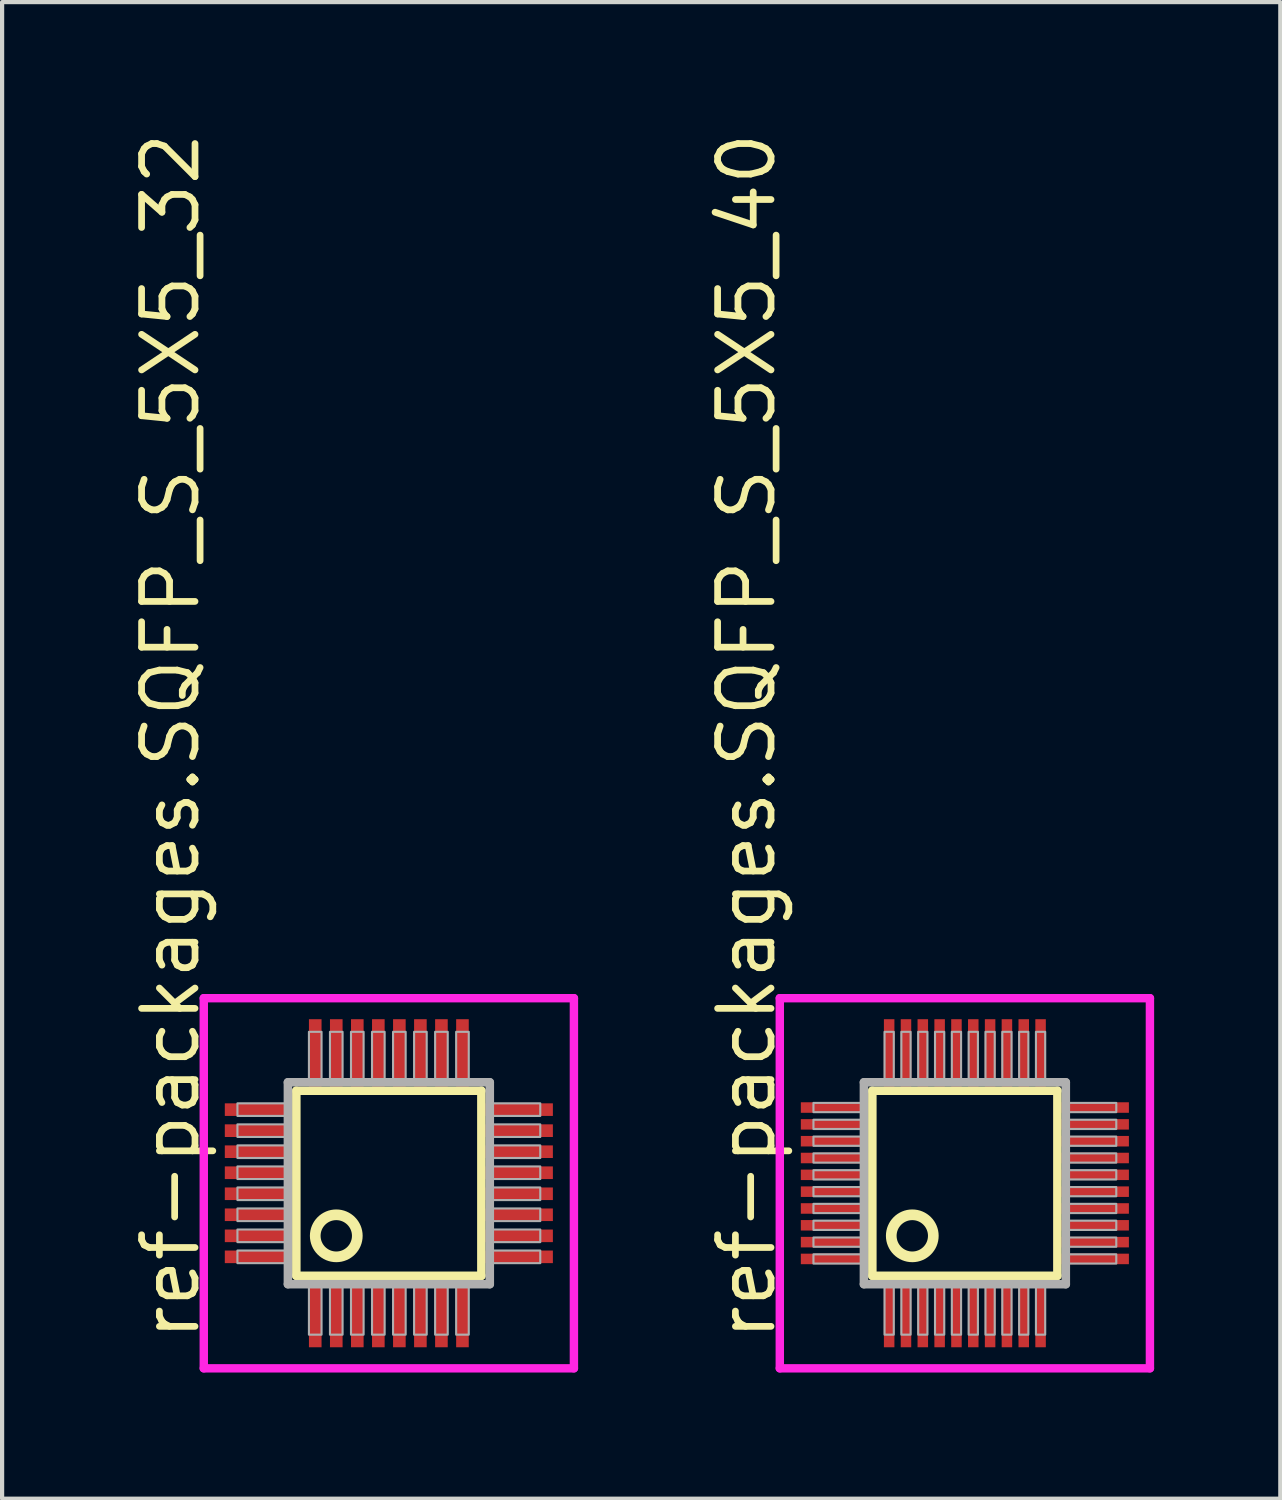
<source format=kicad_pcb>
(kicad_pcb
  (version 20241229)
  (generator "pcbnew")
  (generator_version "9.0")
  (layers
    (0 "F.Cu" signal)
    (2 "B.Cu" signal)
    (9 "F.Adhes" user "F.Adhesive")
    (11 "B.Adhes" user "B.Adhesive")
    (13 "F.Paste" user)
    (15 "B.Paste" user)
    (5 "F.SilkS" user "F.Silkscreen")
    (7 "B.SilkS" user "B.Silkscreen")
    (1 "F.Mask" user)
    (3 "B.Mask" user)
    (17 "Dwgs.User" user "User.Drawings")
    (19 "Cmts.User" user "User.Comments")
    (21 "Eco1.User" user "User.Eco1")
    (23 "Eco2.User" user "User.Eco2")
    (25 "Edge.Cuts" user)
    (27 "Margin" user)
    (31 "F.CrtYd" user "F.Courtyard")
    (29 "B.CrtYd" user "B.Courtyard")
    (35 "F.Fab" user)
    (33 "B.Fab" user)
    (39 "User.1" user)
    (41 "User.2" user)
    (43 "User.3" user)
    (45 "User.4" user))
  (footprint "ref-packages.SQFP_S_5X5_32"
    (layer "F.Cu")
    (at 6.195 25.082)
    (property "Reference" "ref-packages.SQFP_S_5X5_32" (at -4.445 3.81 90) (layer "F.SilkS") (effects (font (size 1.27 1.27) (thickness 0.16)) (justify left bottom)))
    (attr smd)
    (fp_line (start -2.2 -2.2) (end 2.2 -2.2) (stroke (width 0.203) (type default)) (layer "F.SilkS"))
    (fp_line (start -2.2 2.2) (end -2.2 -2.2) (stroke (width 0.203) (type default)) (layer "F.SilkS"))
    (fp_line (start 2.2 -2.2) (end 2.2 2.2) (stroke (width 0.203) (type default)) (layer "F.SilkS"))
    (fp_line (start 2.2 2.2) (end -2.2 2.2) (stroke (width 0.203) (type default)) (layer "F.SilkS"))
    (fp_circle (center -1.25 1.25) (end -0.75 1.25) (stroke (width 0.254) (type default)) (fill no) (layer "F.SilkS"))
    (fp_line (start -4.4 -4.4) (end 4.4 -4.4) (stroke (width 0.2) (type default)) (layer "F.CrtYd"))
    (fp_line (start -4.4 4.4) (end -4.4 -4.4) (stroke (width 0.2) (type default)) (layer "F.CrtYd"))
    (fp_line (start 4.4 -4.4) (end 4.4 4.4) (stroke (width 0.2) (type default)) (layer "F.CrtYd"))
    (fp_line (start 4.4 4.4) (end -4.4 4.4) (stroke (width 0.2) (type default)) (layer "F.CrtYd"))
    (fp_line (start -2.4 -2.4) (end -2.4 2.4) (stroke (width 0.203) (type default)) (layer "F.Fab"))
    (fp_line (start -2.4 2.4) (end 2.4 2.4) (stroke (width 0.203) (type default)) (layer "F.Fab"))
    (fp_line (start 2.4 -2.4) (end -2.4 -2.4) (stroke (width 0.203) (type default)) (layer "F.Fab"))
    (fp_line (start 2.4 2.4) (end 2.4 -2.4) (stroke (width 0.203) (type default)) (layer "F.Fab"))
    (fp_rect (start -3.6 -1.6) (end -2.45 -1.9) (stroke (width 0.05) (type default)) (fill no) (layer "F.Fab"))
    (fp_rect (start -3.6 -1.1) (end -2.45 -1.4) (stroke (width 0.05) (type default)) (fill no) (layer "F.Fab"))
    (fp_rect (start -3.6 -0.6) (end -2.45 -0.9) (stroke (width 0.05) (type default)) (fill no) (layer "F.Fab"))
    (fp_rect (start -3.6 -0.1) (end -2.45 -0.4) (stroke (width 0.05) (type default)) (fill no) (layer "F.Fab"))
    (fp_rect (start -3.6 0.4) (end -2.45 0.1) (stroke (width 0.05) (type default)) (fill no) (layer "F.Fab"))
    (fp_rect (start -3.6 0.9) (end -2.45 0.6) (stroke (width 0.05) (type default)) (fill no) (layer "F.Fab"))
    (fp_rect (start -3.6 1.4) (end -2.45 1.1) (stroke (width 0.05) (type default)) (fill no) (layer "F.Fab"))
    (fp_rect (start -3.6 1.9) (end -2.45 1.6) (stroke (width 0.05) (type default)) (fill no) (layer "F.Fab"))
    (fp_rect (start -1.9 -2.45) (end -1.6 -3.6) (stroke (width 0.05) (type default)) (fill no) (layer "F.Fab"))
    (fp_rect (start -1.9 3.6) (end -1.6 2.45) (stroke (width 0.05) (type default)) (fill no) (layer "F.Fab"))
    (fp_rect (start -1.4 -2.45) (end -1.1 -3.6) (stroke (width 0.05) (type default)) (fill no) (layer "F.Fab"))
    (fp_rect (start -1.4 3.6) (end -1.1 2.45) (stroke (width 0.05) (type default)) (fill no) (layer "F.Fab"))
    (fp_rect (start -0.9 -2.45) (end -0.6 -3.6) (stroke (width 0.05) (type default)) (fill no) (layer "F.Fab"))
    (fp_rect (start -0.9 3.6) (end -0.6 2.45) (stroke (width 0.05) (type default)) (fill no) (layer "F.Fab"))
    (fp_rect (start -0.4 -2.45) (end -0.1 -3.6) (stroke (width 0.05) (type default)) (fill no) (layer "F.Fab"))
    (fp_rect (start -0.4 3.6) (end -0.1 2.45) (stroke (width 0.05) (type default)) (fill no) (layer "F.Fab"))
    (fp_rect (start 0.1 -2.45) (end 0.4 -3.6) (stroke (width 0.05) (type default)) (fill no) (layer "F.Fab"))
    (fp_rect (start 0.1 3.6) (end 0.4 2.45) (stroke (width 0.05) (type default)) (fill no) (layer "F.Fab"))
    (fp_rect (start 0.6 -2.45) (end 0.9 -3.6) (stroke (width 0.05) (type default)) (fill no) (layer "F.Fab"))
    (fp_rect (start 0.6 3.6) (end 0.9 2.45) (stroke (width 0.05) (type default)) (fill no) (layer "F.Fab"))
    (fp_rect (start 1.1 -2.45) (end 1.4 -3.6) (stroke (width 0.05) (type default)) (fill no) (layer "F.Fab"))
    (fp_rect (start 1.1 3.6) (end 1.4 2.45) (stroke (width 0.05) (type default)) (fill no) (layer "F.Fab"))
    (fp_rect (start 1.6 -2.45) (end 1.9 -3.6) (stroke (width 0.05) (type default)) (fill no) (layer "F.Fab"))
    (fp_rect (start 1.6 3.6) (end 1.9 2.45) (stroke (width 0.05) (type default)) (fill no) (layer "F.Fab"))
    (fp_rect (start 2.45 -1.6) (end 3.6 -1.9) (stroke (width 0.05) (type default)) (fill no) (layer "F.Fab"))
    (fp_rect (start 2.45 -1.1) (end 3.6 -1.4) (stroke (width 0.05) (type default)) (fill no) (layer "F.Fab"))
    (fp_rect (start 2.45 -0.6) (end 3.6 -0.9) (stroke (width 0.05) (type default)) (fill no) (layer "F.Fab"))
    (fp_rect (start 2.45 -0.1) (end 3.6 -0.4) (stroke (width 0.05) (type default)) (fill no) (layer "F.Fab"))
    (fp_rect (start 2.45 0.4) (end 3.6 0.1) (stroke (width 0.05) (type default)) (fill no) (layer "F.Fab"))
    (fp_rect (start 2.45 0.9) (end 3.6 0.6) (stroke (width 0.05) (type default)) (fill no) (layer "F.Fab"))
    (fp_rect (start 2.45 1.4) (end 3.6 1.1) (stroke (width 0.05) (type default)) (fill no) (layer "F.Fab"))
    (fp_rect (start 2.45 1.9) (end 3.6 1.6) (stroke (width 0.05) (type default)) (fill no) (layer "F.Fab"))
    (pad "1" smd roundrect (at -1.75 3.1) (size 0.3 1.6) (layers "F.Cu" "F.Mask" "F.Paste") (roundrect_rratio 0.01))
    (pad "2" smd roundrect (at -1.25 3.1) (size 0.3 1.6) (layers "F.Cu" "F.Mask" "F.Paste") (roundrect_rratio 0.01))
    (pad "3" smd roundrect (at -0.75 3.1) (size 0.3 1.6) (layers "F.Cu" "F.Mask" "F.Paste") (roundrect_rratio 0.01))
    (pad "4" smd roundrect (at -0.25 3.1) (size 0.3 1.6) (layers "F.Cu" "F.Mask" "F.Paste") (roundrect_rratio 0.01))
    (pad "5" smd roundrect (at 0.25 3.1) (size 0.3 1.6) (layers "F.Cu" "F.Mask" "F.Paste") (roundrect_rratio 0.01))
    (pad "6" smd roundrect (at 0.75 3.1) (size 0.3 1.6) (layers "F.Cu" "F.Mask" "F.Paste") (roundrect_rratio 0.01))
    (pad "7" smd roundrect (at 1.25 3.1) (size 0.3 1.6) (layers "F.Cu" "F.Mask" "F.Paste") (roundrect_rratio 0.01))
    (pad "8" smd roundrect (at 1.75 3.1) (size 0.3 1.6) (layers "F.Cu" "F.Mask" "F.Paste") (roundrect_rratio 0.01))
    (pad "9" smd roundrect (at 3.1 1.75) (size 1.6 0.3) (layers "F.Cu" "F.Mask" "F.Paste") (roundrect_rratio 0.01))
    (pad "10" smd roundrect (at 3.1 1.25) (size 1.6 0.3) (layers "F.Cu" "F.Mask" "F.Paste") (roundrect_rratio 0.01))
    (pad "11" smd roundrect (at 3.1 0.75) (size 1.6 0.3) (layers "F.Cu" "F.Mask" "F.Paste") (roundrect_rratio 0.01))
    (pad "12" smd roundrect (at 3.1 0.25) (size 1.6 0.3) (layers "F.Cu" "F.Mask" "F.Paste") (roundrect_rratio 0.01))
    (pad "13" smd roundrect (at 3.1 -0.25) (size 1.6 0.3) (layers "F.Cu" "F.Mask" "F.Paste") (roundrect_rratio 0.01))
    (pad "14" smd roundrect (at 3.1 -0.75) (size 1.6 0.3) (layers "F.Cu" "F.Mask" "F.Paste") (roundrect_rratio 0.01))
    (pad "15" smd roundrect (at 3.1 -1.25) (size 1.6 0.3) (layers "F.Cu" "F.Mask" "F.Paste") (roundrect_rratio 0.01))
    (pad "16" smd roundrect (at 3.1 -1.75) (size 1.6 0.3) (layers "F.Cu" "F.Mask" "F.Paste") (roundrect_rratio 0.01))
    (pad "17" smd roundrect (at 1.75 -3.1) (size 0.3 1.6) (layers "F.Cu" "F.Mask" "F.Paste") (roundrect_rratio 0.01))
    (pad "18" smd roundrect (at 1.25 -3.1) (size 0.3 1.6) (layers "F.Cu" "F.Mask" "F.Paste") (roundrect_rratio 0.01))
    (pad "19" smd roundrect (at 0.75 -3.1) (size 0.3 1.6) (layers "F.Cu" "F.Mask" "F.Paste") (roundrect_rratio 0.01))
    (pad "20" smd roundrect (at 0.25 -3.1) (size 0.3 1.6) (layers "F.Cu" "F.Mask" "F.Paste") (roundrect_rratio 0.01))
    (pad "21" smd roundrect (at -0.25 -3.1) (size 0.3 1.6) (layers "F.Cu" "F.Mask" "F.Paste") (roundrect_rratio 0.01))
    (pad "22" smd roundrect (at -0.75 -3.1) (size 0.3 1.6) (layers "F.Cu" "F.Mask" "F.Paste") (roundrect_rratio 0.01))
    (pad "23" smd roundrect (at -1.25 -3.1) (size 0.3 1.6) (layers "F.Cu" "F.Mask" "F.Paste") (roundrect_rratio 0.01))
    (pad "24" smd roundrect (at -1.75 -3.1) (size 0.3 1.6) (layers "F.Cu" "F.Mask" "F.Paste") (roundrect_rratio 0.01))
    (pad "25" smd roundrect (at -3.1 -1.75) (size 1.6 0.3) (layers "F.Cu" "F.Mask" "F.Paste") (roundrect_rratio 0.01))
    (pad "26" smd roundrect (at -3.1 -1.25) (size 1.6 0.3) (layers "F.Cu" "F.Mask" "F.Paste") (roundrect_rratio 0.01))
    (pad "27" smd roundrect (at -3.1 -0.75) (size 1.6 0.3) (layers "F.Cu" "F.Mask" "F.Paste") (roundrect_rratio 0.01))
    (pad "28" smd roundrect (at -3.1 -0.25) (size 1.6 0.3) (layers "F.Cu" "F.Mask" "F.Paste") (roundrect_rratio 0.01))
    (pad "29" smd roundrect (at -3.1 0.25) (size 1.6 0.3) (layers "F.Cu" "F.Mask" "F.Paste") (roundrect_rratio 0.01))
    (pad "30" smd roundrect (at -3.1 0.75) (size 1.6 0.3) (layers "F.Cu" "F.Mask" "F.Paste") (roundrect_rratio 0.01))
    (pad "31" smd roundrect (at -3.1 1.25) (size 1.6 0.3) (layers "F.Cu" "F.Mask" "F.Paste") (roundrect_rratio 0.01))
    (pad "32" smd roundrect (at -3.1 1.75) (size 1.6 0.3) (layers "F.Cu" "F.Mask" "F.Paste") (roundrect_rratio 0.01)))
  (footprint "ref-packages.SQFP_S_5X5_40"
    (layer "F.Cu")
    (at 19.89 25.082)
    (property "Reference" "ref-packages.SQFP_S_5X5_40" (at -4.445 3.81 90) (layer "F.SilkS") (effects (font (size 1.27 1.27) (thickness 0.16)) (justify left bottom)))
    (attr smd)
    (fp_line (start -2.2 -2.2) (end 2.2 -2.2) (stroke (width 0.203) (type default)) (layer "F.SilkS"))
    (fp_line (start -2.2 2.2) (end -2.2 -2.2) (stroke (width 0.203) (type default)) (layer "F.SilkS"))
    (fp_line (start 2.2 -2.2) (end 2.2 2.2) (stroke (width 0.203) (type default)) (layer "F.SilkS"))
    (fp_line (start 2.2 2.2) (end -2.2 2.2) (stroke (width 0.203) (type default)) (layer "F.SilkS"))
    (fp_circle (center -1.25 1.25) (end -0.75 1.25) (stroke (width 0.254) (type default)) (fill no) (layer "F.SilkS"))
    (fp_line (start -4.4 -4.4) (end 4.4 -4.4) (stroke (width 0.2) (type default)) (layer "F.CrtYd"))
    (fp_line (start -4.4 4.4) (end -4.4 -4.4) (stroke (width 0.2) (type default)) (layer "F.CrtYd"))
    (fp_line (start 4.4 -4.4) (end 4.4 4.4) (stroke (width 0.2) (type default)) (layer "F.CrtYd"))
    (fp_line (start 4.4 4.4) (end -4.4 4.4) (stroke (width 0.2) (type default)) (layer "F.CrtYd"))
    (fp_line (start -2.4 -2.4) (end -2.4 2.4) (stroke (width 0.203) (type default)) (layer "F.Fab"))
    (fp_line (start -2.4 2.4) (end 2.4 2.4) (stroke (width 0.203) (type default)) (layer "F.Fab"))
    (fp_line (start 2.4 -2.4) (end -2.4 -2.4) (stroke (width 0.203) (type default)) (layer "F.Fab"))
    (fp_line (start 2.4 2.4) (end 2.4 -2.4) (stroke (width 0.203) (type default)) (layer "F.Fab"))
    (fp_rect (start -3.6 -1.69) (end -2.45 -1.91) (stroke (width 0.05) (type default)) (fill no) (layer "F.Fab"))
    (fp_rect (start -3.6 -1.29) (end -2.45 -1.51) (stroke (width 0.05) (type default)) (fill no) (layer "F.Fab"))
    (fp_rect (start -3.6 -0.89) (end -2.45 -1.11) (stroke (width 0.05) (type default)) (fill no) (layer "F.Fab"))
    (fp_rect (start -3.6 -0.49) (end -2.45 -0.71) (stroke (width 0.05) (type default)) (fill no) (layer "F.Fab"))
    (fp_rect (start -3.6 -0.09) (end -2.45 -0.31) (stroke (width 0.05) (type default)) (fill no) (layer "F.Fab"))
    (fp_rect (start -3.6 0.31) (end -2.45 0.09) (stroke (width 0.05) (type default)) (fill no) (layer "F.Fab"))
    (fp_rect (start -3.6 0.71) (end -2.45 0.49) (stroke (width 0.05) (type default)) (fill no) (layer "F.Fab"))
    (fp_rect (start -3.6 1.11) (end -2.45 0.89) (stroke (width 0.05) (type default)) (fill no) (layer "F.Fab"))
    (fp_rect (start -3.6 1.51) (end -2.45 1.29) (stroke (width 0.05) (type default)) (fill no) (layer "F.Fab"))
    (fp_rect (start -3.6 1.91) (end -2.45 1.69) (stroke (width 0.05) (type default)) (fill no) (layer "F.Fab"))
    (fp_rect (start -1.91 -2.45) (end -1.69 -3.6) (stroke (width 0.05) (type default)) (fill no) (layer "F.Fab"))
    (fp_rect (start -1.91 3.6) (end -1.69 2.45) (stroke (width 0.05) (type default)) (fill no) (layer "F.Fab"))
    (fp_rect (start -1.51 -2.45) (end -1.29 -3.6) (stroke (width 0.05) (type default)) (fill no) (layer "F.Fab"))
    (fp_rect (start -1.51 3.6) (end -1.29 2.45) (stroke (width 0.05) (type default)) (fill no) (layer "F.Fab"))
    (fp_rect (start -1.11 -2.45) (end -0.89 -3.6) (stroke (width 0.05) (type default)) (fill no) (layer "F.Fab"))
    (fp_rect (start -1.11 3.6) (end -0.89 2.45) (stroke (width 0.05) (type default)) (fill no) (layer "F.Fab"))
    (fp_rect (start -0.71 -2.45) (end -0.49 -3.6) (stroke (width 0.05) (type default)) (fill no) (layer "F.Fab"))
    (fp_rect (start -0.71 3.6) (end -0.49 2.45) (stroke (width 0.05) (type default)) (fill no) (layer "F.Fab"))
    (fp_rect (start -0.31 -2.45) (end -0.09 -3.6) (stroke (width 0.05) (type default)) (fill no) (layer "F.Fab"))
    (fp_rect (start -0.31 3.6) (end -0.09 2.45) (stroke (width 0.05) (type default)) (fill no) (layer "F.Fab"))
    (fp_rect (start 0.09 -2.45) (end 0.31 -3.6) (stroke (width 0.05) (type default)) (fill no) (layer "F.Fab"))
    (fp_rect (start 0.09 3.6) (end 0.31 2.45) (stroke (width 0.05) (type default)) (fill no) (layer "F.Fab"))
    (fp_rect (start 0.49 -2.45) (end 0.71 -3.6) (stroke (width 0.05) (type default)) (fill no) (layer "F.Fab"))
    (fp_rect (start 0.49 3.6) (end 0.71 2.45) (stroke (width 0.05) (type default)) (fill no) (layer "F.Fab"))
    (fp_rect (start 0.89 -2.45) (end 1.11 -3.6) (stroke (width 0.05) (type default)) (fill no) (layer "F.Fab"))
    (fp_rect (start 0.89 3.6) (end 1.11 2.45) (stroke (width 0.05) (type default)) (fill no) (layer "F.Fab"))
    (fp_rect (start 1.29 -2.45) (end 1.51 -3.6) (stroke (width 0.05) (type default)) (fill no) (layer "F.Fab"))
    (fp_rect (start 1.29 3.6) (end 1.51 2.45) (stroke (width 0.05) (type default)) (fill no) (layer "F.Fab"))
    (fp_rect (start 1.69 -2.45) (end 1.91 -3.6) (stroke (width 0.05) (type default)) (fill no) (layer "F.Fab"))
    (fp_rect (start 1.69 3.6) (end 1.91 2.45) (stroke (width 0.05) (type default)) (fill no) (layer "F.Fab"))
    (fp_rect (start 2.45 -1.69) (end 3.6 -1.91) (stroke (width 0.05) (type default)) (fill no) (layer "F.Fab"))
    (fp_rect (start 2.45 -1.29) (end 3.6 -1.51) (stroke (width 0.05) (type default)) (fill no) (layer "F.Fab"))
    (fp_rect (start 2.45 -0.89) (end 3.6 -1.11) (stroke (width 0.05) (type default)) (fill no) (layer "F.Fab"))
    (fp_rect (start 2.45 -0.49) (end 3.6 -0.71) (stroke (width 0.05) (type default)) (fill no) (layer "F.Fab"))
    (fp_rect (start 2.45 -0.09) (end 3.6 -0.31) (stroke (width 0.05) (type default)) (fill no) (layer "F.Fab"))
    (fp_rect (start 2.45 0.31) (end 3.6 0.09) (stroke (width 0.05) (type default)) (fill no) (layer "F.Fab"))
    (fp_rect (start 2.45 0.71) (end 3.6 0.49) (stroke (width 0.05) (type default)) (fill no) (layer "F.Fab"))
    (fp_rect (start 2.45 1.11) (end 3.6 0.89) (stroke (width 0.05) (type default)) (fill no) (layer "F.Fab"))
    (fp_rect (start 2.45 1.51) (end 3.6 1.29) (stroke (width 0.05) (type default)) (fill no) (layer "F.Fab"))
    (fp_rect (start 2.45 1.91) (end 3.6 1.69) (stroke (width 0.05) (type default)) (fill no) (layer "F.Fab"))
    (pad "1" smd roundrect (at -1.8 3.1) (size 0.25 1.6) (layers "F.Cu" "F.Mask" "F.Paste") (roundrect_rratio 0.01))
    (pad "2" smd roundrect (at -1.4 3.1) (size 0.25 1.6) (layers "F.Cu" "F.Mask" "F.Paste") (roundrect_rratio 0.01))
    (pad "3" smd roundrect (at -1 3.1) (size 0.25 1.6) (layers "F.Cu" "F.Mask" "F.Paste") (roundrect_rratio 0.01))
    (pad "4" smd roundrect (at -0.6 3.1) (size 0.25 1.6) (layers "F.Cu" "F.Mask" "F.Paste") (roundrect_rratio 0.01))
    (pad "5" smd roundrect (at -0.2 3.1) (size 0.25 1.6) (layers "F.Cu" "F.Mask" "F.Paste") (roundrect_rratio 0.01))
    (pad "6" smd roundrect (at 0.2 3.1) (size 0.25 1.6) (layers "F.Cu" "F.Mask" "F.Paste") (roundrect_rratio 0.01))
    (pad "7" smd roundrect (at 0.6 3.1) (size 0.25 1.6) (layers "F.Cu" "F.Mask" "F.Paste") (roundrect_rratio 0.01))
    (pad "8" smd roundrect (at 1 3.1) (size 0.25 1.6) (layers "F.Cu" "F.Mask" "F.Paste") (roundrect_rratio 0.01))
    (pad "9" smd roundrect (at 1.4 3.1) (size 0.25 1.6) (layers "F.Cu" "F.Mask" "F.Paste") (roundrect_rratio 0.01))
    (pad "10" smd roundrect (at 1.8 3.1) (size 0.25 1.6) (layers "F.Cu" "F.Mask" "F.Paste") (roundrect_rratio 0.01))
    (pad "11" smd roundrect (at 3.1 1.8) (size 1.6 0.25) (layers "F.Cu" "F.Mask" "F.Paste") (roundrect_rratio 0.01))
    (pad "12" smd roundrect (at 3.1 1.4) (size 1.6 0.25) (layers "F.Cu" "F.Mask" "F.Paste") (roundrect_rratio 0.01))
    (pad "13" smd roundrect (at 3.1 1) (size 1.6 0.25) (layers "F.Cu" "F.Mask" "F.Paste") (roundrect_rratio 0.01))
    (pad "14" smd roundrect (at 3.1 0.6) (size 1.6 0.25) (layers "F.Cu" "F.Mask" "F.Paste") (roundrect_rratio 0.01))
    (pad "15" smd roundrect (at 3.1 0.2) (size 1.6 0.25) (layers "F.Cu" "F.Mask" "F.Paste") (roundrect_rratio 0.01))
    (pad "16" smd roundrect (at 3.1 -0.2) (size 1.6 0.25) (layers "F.Cu" "F.Mask" "F.Paste") (roundrect_rratio 0.01))
    (pad "17" smd roundrect (at 3.1 -0.6) (size 1.6 0.25) (layers "F.Cu" "F.Mask" "F.Paste") (roundrect_rratio 0.01))
    (pad "18" smd roundrect (at 3.1 -1) (size 1.6 0.25) (layers "F.Cu" "F.Mask" "F.Paste") (roundrect_rratio 0.01))
    (pad "19" smd roundrect (at 3.1 -1.4) (size 1.6 0.25) (layers "F.Cu" "F.Mask" "F.Paste") (roundrect_rratio 0.01))
    (pad "20" smd roundrect (at 3.1 -1.8) (size 1.6 0.25) (layers "F.Cu" "F.Mask" "F.Paste") (roundrect_rratio 0.01))
    (pad "21" smd roundrect (at 1.8 -3.1) (size 0.25 1.6) (layers "F.Cu" "F.Mask" "F.Paste") (roundrect_rratio 0.01))
    (pad "22" smd roundrect (at 1.4 -3.1) (size 0.25 1.6) (layers "F.Cu" "F.Mask" "F.Paste") (roundrect_rratio 0.01))
    (pad "23" smd roundrect (at 1 -3.1) (size 0.25 1.6) (layers "F.Cu" "F.Mask" "F.Paste") (roundrect_rratio 0.01))
    (pad "24" smd roundrect (at 0.6 -3.1) (size 0.25 1.6) (layers "F.Cu" "F.Mask" "F.Paste") (roundrect_rratio 0.01))
    (pad "25" smd roundrect (at 0.2 -3.1) (size 0.25 1.6) (layers "F.Cu" "F.Mask" "F.Paste") (roundrect_rratio 0.01))
    (pad "26" smd roundrect (at -0.2 -3.1) (size 0.25 1.6) (layers "F.Cu" "F.Mask" "F.Paste") (roundrect_rratio 0.01))
    (pad "27" smd roundrect (at -0.6 -3.1) (size 0.25 1.6) (layers "F.Cu" "F.Mask" "F.Paste") (roundrect_rratio 0.01))
    (pad "28" smd roundrect (at -1 -3.1) (size 0.25 1.6) (layers "F.Cu" "F.Mask" "F.Paste") (roundrect_rratio 0.01))
    (pad "29" smd roundrect (at -1.4 -3.1) (size 0.25 1.6) (layers "F.Cu" "F.Mask" "F.Paste") (roundrect_rratio 0.01))
    (pad "30" smd roundrect (at -1.8 -3.1) (size 0.25 1.6) (layers "F.Cu" "F.Mask" "F.Paste") (roundrect_rratio 0.01))
    (pad "31" smd roundrect (at -3.1 -1.8) (size 1.6 0.25) (layers "F.Cu" "F.Mask" "F.Paste") (roundrect_rratio 0.01))
    (pad "32" smd roundrect (at -3.1 -1.4) (size 1.6 0.25) (layers "F.Cu" "F.Mask" "F.Paste") (roundrect_rratio 0.01))
    (pad "33" smd roundrect (at -3.1 -1) (size 1.6 0.25) (layers "F.Cu" "F.Mask" "F.Paste") (roundrect_rratio 0.01))
    (pad "34" smd roundrect (at -3.1 -0.6) (size 1.6 0.25) (layers "F.Cu" "F.Mask" "F.Paste") (roundrect_rratio 0.01))
    (pad "35" smd roundrect (at -3.1 -0.2) (size 1.6 0.25) (layers "F.Cu" "F.Mask" "F.Paste") (roundrect_rratio 0.01))
    (pad "36" smd roundrect (at -3.1 0.2) (size 1.6 0.25) (layers "F.Cu" "F.Mask" "F.Paste") (roundrect_rratio 0.01))
    (pad "37" smd roundrect (at -3.1 0.6) (size 1.6 0.25) (layers "F.Cu" "F.Mask" "F.Paste") (roundrect_rratio 0.01))
    (pad "38" smd roundrect (at -3.1 1) (size 1.6 0.25) (layers "F.Cu" "F.Mask" "F.Paste") (roundrect_rratio 0.01))
    (pad "39" smd roundrect (at -3.1 1.4) (size 1.6 0.25) (layers "F.Cu" "F.Mask" "F.Paste") (roundrect_rratio 0.01))
    (pad "40" smd roundrect (at -3.1 1.8) (size 1.6 0.25) (layers "F.Cu" "F.Mask" "F.Paste") (roundrect_rratio 0.01)))
  (gr_rect
    (start -3 -3)
    (end 27.39 32.582)
    (stroke (width 0.1) (type default))
    (fill no)
    (layer "Edge.Cuts")))
</source>
